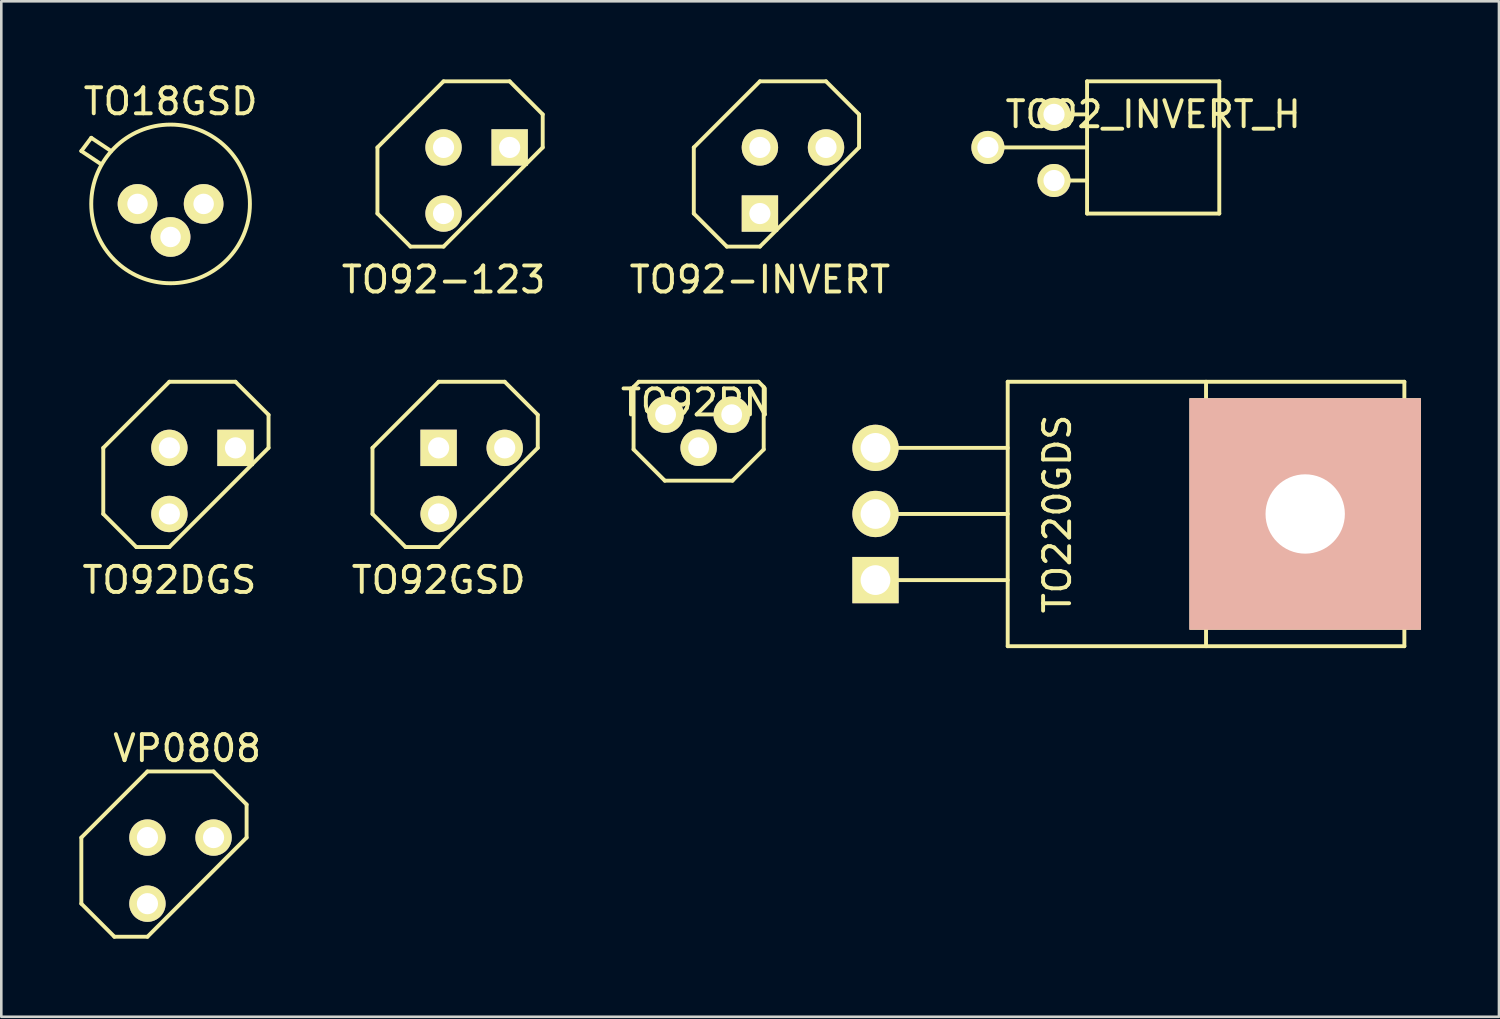
<source format=kicad_pcb>
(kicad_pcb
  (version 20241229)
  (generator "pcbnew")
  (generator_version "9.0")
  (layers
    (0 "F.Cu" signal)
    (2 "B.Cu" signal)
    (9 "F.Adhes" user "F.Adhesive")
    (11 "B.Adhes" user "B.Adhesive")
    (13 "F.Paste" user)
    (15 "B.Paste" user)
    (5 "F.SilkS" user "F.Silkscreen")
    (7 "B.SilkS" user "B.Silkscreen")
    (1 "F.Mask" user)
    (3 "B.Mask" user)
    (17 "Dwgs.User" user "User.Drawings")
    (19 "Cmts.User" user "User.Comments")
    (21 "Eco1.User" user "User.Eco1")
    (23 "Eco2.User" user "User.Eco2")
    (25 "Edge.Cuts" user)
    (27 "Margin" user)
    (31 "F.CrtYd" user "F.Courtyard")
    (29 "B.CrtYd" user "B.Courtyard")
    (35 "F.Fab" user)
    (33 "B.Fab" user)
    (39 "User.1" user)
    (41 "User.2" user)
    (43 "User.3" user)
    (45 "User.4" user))
  (footprint "VP0808"
    (layer "F.Cu")
    (at 3.885 30.401)
    (property "Reference" "VP0808" (at 0.254 -4.699 0) (layer "F.SilkS") (effects (font (size 1 1) (thickness 0.15))))
    (attr through_hole)
    (fp_line (start -3.81 -1.27) (end -3.81 1.27) (stroke (width 0.15) (type solid)) (layer "F.SilkS"))
    (fp_line (start -3.81 1.27) (end -2.54 2.54) (stroke (width 0.15) (type solid)) (layer "F.SilkS"))
    (fp_line (start -2.54 2.54) (end -1.27 2.54) (stroke (width 0.15) (type solid)) (layer "F.SilkS"))
    (fp_line (start -1.27 -3.81) (end -3.81 -1.27) (stroke (width 0.15) (type solid)) (layer "F.SilkS"))
    (fp_line (start -1.27 2.54) (end 2.54 -1.27) (stroke (width 0.15) (type solid)) (layer "F.SilkS"))
    (fp_line (start 1.27 -3.81) (end -1.27 -3.81) (stroke (width 0.15) (type solid)) (layer "F.SilkS"))
    (fp_line (start 2.54 -2.54) (end 1.27 -3.81) (stroke (width 0.15) (type solid)) (layer "F.SilkS"))
    (fp_line (start 2.54 -1.27) (end 2.54 -2.54) (stroke (width 0.15) (type solid)) (layer "F.SilkS"))
    (pad "D" thru_hole circle (at -1.27 1.27) (size 1.397 1.397) (drill 0.813) (layers "*.Cu" "*.Mask" "F.SilkS"))
    (pad "G" thru_hole circle (at 1.27 -1.27) (size 1.397 1.397) (drill 0.813) (layers "*.Cu" "*.Mask" "F.SilkS"))
    (pad "S" thru_hole circle (at -1.27 -1.27) (size 1.397 1.397) (drill 0.813) (layers "*.Cu" "*.Mask" "F.SilkS")))
  (footprint "TO92DGS"
    (layer "F.Cu")
    (at 4.728 15.428)
    (property "Reference" "TO92DGS" (at -1.27 3.81 0) (layer "F.SilkS") (effects (font (size 1 1) (thickness 0.15))))
    (attr through_hole)
    (fp_line (start -3.81 -1.27) (end -3.81 1.27) (stroke (width 0.15) (type solid)) (layer "F.SilkS"))
    (fp_line (start -3.81 1.27) (end -2.54 2.54) (stroke (width 0.15) (type solid)) (layer "F.SilkS"))
    (fp_line (start -2.54 2.54) (end -1.27 2.54) (stroke (width 0.15) (type solid)) (layer "F.SilkS"))
    (fp_line (start -1.27 -3.81) (end -3.81 -1.27) (stroke (width 0.15) (type solid)) (layer "F.SilkS"))
    (fp_line (start -1.27 2.54) (end 2.54 -1.27) (stroke (width 0.15) (type solid)) (layer "F.SilkS"))
    (fp_line (start 1.27 -3.81) (end -1.27 -3.81) (stroke (width 0.15) (type solid)) (layer "F.SilkS"))
    (fp_line (start 2.54 -2.54) (end 1.27 -3.81) (stroke (width 0.15) (type solid)) (layer "F.SilkS"))
    (fp_line (start 2.54 -1.27) (end 2.54 -2.54) (stroke (width 0.15) (type solid)) (layer "F.SilkS"))
    (pad "D" thru_hole rect (at 1.27 -1.27) (size 1.397 1.397) (drill 0.813) (layers "*.Cu" "*.Mask" "F.SilkS"))
    (pad "G" thru_hole circle (at -1.27 -1.27) (size 1.397 1.397) (drill 0.813) (layers "*.Cu" "*.Mask" "F.SilkS"))
    (pad "S" thru_hole circle (at -1.27 1.27) (size 1.397 1.397) (drill 0.813) (layers "*.Cu" "*.Mask" "F.SilkS")))
  (footprint "TO92-INVERT"
    (layer "F.Cu")
    (at 27.417 3.885)
    (property "Reference" "TO92-INVERT" (at -1.27 3.81 0) (layer "F.SilkS") (effects (font (size 1 1) (thickness 0.15))))
    (attr through_hole)
    (fp_line (start -3.81 -1.27) (end -3.81 1.27) (stroke (width 0.15) (type solid)) (layer "F.SilkS"))
    (fp_line (start -3.81 1.27) (end -2.54 2.54) (stroke (width 0.15) (type solid)) (layer "F.SilkS"))
    (fp_line (start -2.54 2.54) (end -1.27 2.54) (stroke (width 0.15) (type solid)) (layer "F.SilkS"))
    (fp_line (start -1.27 -3.81) (end -3.81 -1.27) (stroke (width 0.15) (type solid)) (layer "F.SilkS"))
    (fp_line (start -1.27 2.54) (end 2.54 -1.27) (stroke (width 0.15) (type solid)) (layer "F.SilkS"))
    (fp_line (start 1.27 -3.81) (end -1.27 -3.81) (stroke (width 0.15) (type solid)) (layer "F.SilkS"))
    (fp_line (start 2.54 -2.54) (end 1.27 -3.81) (stroke (width 0.15) (type solid)) (layer "F.SilkS"))
    (fp_line (start 2.54 -1.27) (end 2.54 -2.54) (stroke (width 0.15) (type solid)) (layer "F.SilkS"))
    (pad "1" thru_hole rect (at -1.27 1.27) (size 1.397 1.397) (drill 0.813) (layers "*.Cu" "*.Mask" "F.SilkS"))
    (pad "2" thru_hole circle (at -1.27 -1.27) (size 1.397 1.397) (drill 0.813) (layers "*.Cu" "*.Mask" "F.SilkS"))
    (pad "3" thru_hole circle (at 1.27 -1.27) (size 1.397 1.397) (drill 0.813) (layers "*.Cu" "*.Mask" "F.SilkS")))
  (footprint "TO92_INVERT_H"
    (layer "F.Cu")
    (at 36.177 2.615)
    (property "Reference" "TO92_INVERT_H" (at 5.08 -1.27 0) (layer "F.SilkS") (effects (font (size 1 1) (thickness 0.15))))
    (attr through_hole)
    (fp_line (start -1.27 0) (end 2.54 0) (stroke (width 0.15) (type solid)) (layer "F.SilkS"))
    (fp_line (start 1.27 -1.27) (end 2.54 -1.27) (stroke (width 0.15) (type solid)) (layer "F.SilkS"))
    (fp_line (start 1.27 1.27) (end 2.54 1.27) (stroke (width 0.15) (type solid)) (layer "F.SilkS"))
    (fp_line (start 2.54 -2.54) (end 7.62 -2.54) (stroke (width 0.15) (type solid)) (layer "F.SilkS"))
    (fp_line (start 2.54 2.54) (end 2.54 -2.54) (stroke (width 0.15) (type solid)) (layer "F.SilkS"))
    (fp_line (start 7.62 -2.54) (end 7.62 2.54) (stroke (width 0.15) (type solid)) (layer "F.SilkS"))
    (fp_line (start 7.62 2.54) (end 2.54 2.54) (stroke (width 0.15) (type solid)) (layer "F.SilkS"))
    (pad "1" thru_hole circle (at 1.27 -1.27) (size 1.27 1.27) (drill 0.813) (layers "*.Cu" "*.Mask" "F.SilkS"))
    (pad "2" thru_hole circle (at -1.27 0) (size 1.27 1.27) (drill 0.813) (layers "*.Cu" "*.Mask" "F.SilkS"))
    (pad "3" thru_hole circle (at 1.27 1.27) (size 1.27 1.27) (drill 0.813) (layers "*.Cu" "*.Mask" "F.SilkS")))
  (footprint "TO92-123"
    (layer "F.Cu")
    (at 15.262 3.885)
    (property "Reference" "TO92-123" (at -1.27 3.81 0) (layer "F.SilkS") (effects (font (size 1 1) (thickness 0.15))))
    (attr through_hole)
    (fp_line (start -3.81 -1.27) (end -3.81 1.27) (stroke (width 0.15) (type solid)) (layer "F.SilkS"))
    (fp_line (start -3.81 1.27) (end -2.54 2.54) (stroke (width 0.15) (type solid)) (layer "F.SilkS"))
    (fp_line (start -2.54 2.54) (end -1.27 2.54) (stroke (width 0.15) (type solid)) (layer "F.SilkS"))
    (fp_line (start -1.27 -3.81) (end -3.81 -1.27) (stroke (width 0.15) (type solid)) (layer "F.SilkS"))
    (fp_line (start -1.27 2.54) (end 2.54 -1.27) (stroke (width 0.15) (type solid)) (layer "F.SilkS"))
    (fp_line (start 1.27 -3.81) (end -1.27 -3.81) (stroke (width 0.15) (type solid)) (layer "F.SilkS"))
    (fp_line (start 2.54 -2.54) (end 1.27 -3.81) (stroke (width 0.15) (type solid)) (layer "F.SilkS"))
    (fp_line (start 2.54 -1.27) (end 2.54 -2.54) (stroke (width 0.15) (type solid)) (layer "F.SilkS"))
    (pad "1" thru_hole circle (at -1.27 1.27) (size 1.397 1.397) (drill 0.813) (layers "*.Cu" "*.Mask" "F.SilkS"))
    (pad "2" thru_hole circle (at -1.27 -1.27) (size 1.397 1.397) (drill 0.813) (layers "*.Cu" "*.Mask" "F.SilkS"))
    (pad "3" thru_hole rect (at 1.27 -1.27) (size 1.397 1.397) (drill 0.813) (layers "*.Cu" "*.Mask" "F.SilkS")))
  (footprint "TO92PN"
    (layer "F.Cu")
    (at 23.793 13.518)
    (property "Reference" "TO92PN" (at -0.1 -1.1 0) (layer "F.SilkS") (effects (font (size 1 1) (thickness 0.15))))
    (attr through_hole)
    (fp_line (start -2.5 -1.7) (end -2.3 -1.9) (stroke (width 0.15) (type solid)) (layer "F.SilkS"))
    (fp_line (start -2.5 0.7) (end -2.5 -1.7) (stroke (width 0.15) (type solid)) (layer "F.SilkS"))
    (fp_line (start -2.3 -1.9) (end 2.3 -1.9) (stroke (width 0.15) (type solid)) (layer "F.SilkS"))
    (fp_line (start -1.3 1.9) (end -2.5 0.7) (stroke (width 0.15) (type solid)) (layer "F.SilkS"))
    (fp_line (start 1.3 1.9) (end -1.3 1.9) (stroke (width 0.15) (type solid)) (layer "F.SilkS"))
    (fp_line (start 2.3 -1.9) (end 2.5 -1.7) (stroke (width 0.15) (type solid)) (layer "F.SilkS"))
    (fp_line (start 2.5 -1.7) (end 2.5 0.7) (stroke (width 0.15) (type solid)) (layer "F.SilkS"))
    (fp_line (start 2.5 0.7) (end 1.3 1.9) (stroke (width 0.15) (type solid)) (layer "F.SilkS"))
    (pad "1" thru_hole circle (at 1.27 -0.635) (size 1.4 1.4) (drill 0.8) (layers "*.Cu" "*.Mask" "F.SilkS"))
    (pad "2" thru_hole circle (at 0 0.635) (size 1.4 1.4) (drill 0.8) (layers "*.Cu" "*.Mask" "F.SilkS"))
    (pad "3" thru_hole circle (at -1.27 -0.635) (size 1.4 1.4) (drill 0.8) (layers "*.Cu" "*.Mask" "F.SilkS")))
  (footprint "TO18GSD"
    (layer "F.Cu")
    (at 3.504 4.785)
    (property "Reference" "TO18GSD" (at 0 -3.937 0) (layer "F.SilkS") (effects (font (size 1 1) (thickness 0.15))))
    (attr through_hole)
    (fp_line (start -3.429 -2.032) (end -3.048 -2.54) (stroke (width 0.15) (type solid)) (layer "F.SilkS"))
    (fp_line (start -3.048 -2.54) (end -2.286 -2.032) (stroke (width 0.15) (type solid)) (layer "F.SilkS"))
    (fp_line (start -2.667 -1.524) (end -3.429 -2.032) (stroke (width 0.15) (type solid)) (layer "F.SilkS"))
    (fp_circle (center 0 0) (end -3.048 0) (stroke (width 0.15) (type solid)) (fill no) (layer "F.SilkS"))
    (pad "D" thru_hole circle (at 0 1.27) (size 1.524 1.524) (drill 0.787) (layers "*.Cu" "*.Mask" "F.SilkS"))
    (pad "G" thru_hole circle (at 1.27 0) (size 1.524 1.524) (drill 0.787) (layers "*.Cu" "*.Mask" "F.SilkS"))
    (pad "S" thru_hole circle (at -1.27 0) (size 1.524 1.524) (drill 0.787) (layers "*.Cu" "*.Mask" "F.SilkS")))
  (footprint "TO220GDS"
    (layer "F.Cu")
    (at 30.588 16.698)
    (property "Reference" "TO220GDS" (at 6.985 0 90) (layer "F.SilkS") (effects (font (size 1 1) (thickness 0.15))))
    (attr through_hole)
    (fp_line (start 0 -2.54) (end 5.08 -2.54) (stroke (width 0.15) (type solid)) (layer "F.SilkS"))
    (fp_line (start 0 0) (end 5.08 0) (stroke (width 0.15) (type solid)) (layer "F.SilkS"))
    (fp_line (start 0 2.54) (end 5.08 2.54) (stroke (width 0.15) (type solid)) (layer "F.SilkS"))
    (fp_line (start 5.08 -5.08) (end 20.32 -5.08) (stroke (width 0.15) (type solid)) (layer "F.SilkS"))
    (fp_line (start 5.08 5.08) (end 5.08 -5.08) (stroke (width 0.15) (type solid)) (layer "F.SilkS"))
    (fp_line (start 12.7 5.08) (end 12.7 -5.08) (stroke (width 0.15) (type solid)) (layer "F.SilkS"))
    (fp_line (start 20.32 -5.08) (end 20.32 5.08) (stroke (width 0.15) (type solid)) (layer "F.SilkS"))
    (fp_line (start 20.32 5.08) (end 5.08 5.08) (stroke (width 0.15) (type solid)) (layer "F.SilkS"))
    (pad "4" thru_hole rect (at 16.51 0) (size 8.89 8.89) (drill 3.048) (layers "*.Cu" "*.SilkS" "*.Mask"))
    (pad "D" thru_hole circle (at 0 0) (size 1.778 1.778) (drill 1.143) (layers "*.Cu" "*.Mask" "F.SilkS"))
    (pad "G" thru_hole circle (at 0 -2.54) (size 1.778 1.778) (drill 1.143) (layers "*.Cu" "*.Mask" "F.SilkS"))
    (pad "S" thru_hole rect (at 0 2.54) (size 1.778 1.778) (drill 1.143) (layers "*.Cu" "*.Mask" "F.SilkS")))
  (footprint "TO92GSD"
    (layer "F.Cu")
    (at 15.072 15.428)
    (property "Reference" "TO92GSD" (at -1.27 3.81 0) (layer "F.SilkS") (effects (font (size 1 1) (thickness 0.15))))
    (attr through_hole)
    (fp_line (start -3.81 -1.27) (end -3.81 1.27) (stroke (width 0.15) (type solid)) (layer "F.SilkS"))
    (fp_line (start -3.81 1.27) (end -2.54 2.54) (stroke (width 0.15) (type solid)) (layer "F.SilkS"))
    (fp_line (start -2.54 2.54) (end -1.27 2.54) (stroke (width 0.15) (type solid)) (layer "F.SilkS"))
    (fp_line (start -1.27 -3.81) (end -3.81 -1.27) (stroke (width 0.15) (type solid)) (layer "F.SilkS"))
    (fp_line (start -1.27 2.54) (end 2.54 -1.27) (stroke (width 0.15) (type solid)) (layer "F.SilkS"))
    (fp_line (start 1.27 -3.81) (end -1.27 -3.81) (stroke (width 0.15) (type solid)) (layer "F.SilkS"))
    (fp_line (start 2.54 -2.54) (end 1.27 -3.81) (stroke (width 0.15) (type solid)) (layer "F.SilkS"))
    (fp_line (start 2.54 -1.27) (end 2.54 -2.54) (stroke (width 0.15) (type solid)) (layer "F.SilkS"))
    (pad "D" thru_hole circle (at -1.27 1.27) (size 1.397 1.397) (drill 0.813) (layers "*.Cu" "*.Mask" "F.SilkS"))
    (pad "G" thru_hole circle (at 1.27 -1.27) (size 1.397 1.397) (drill 0.813) (layers "*.Cu" "*.Mask" "F.SilkS"))
    (pad "S" thru_hole rect (at -1.27 -1.27) (size 1.397 1.397) (drill 0.813) (layers "*.Cu" "*.Mask" "F.SilkS")))
  (gr_rect
    (start -3 -3)
    (end 54.543 36.016)
    (stroke (width 0.1) (type default))
    (fill no)
    (layer "Edge.Cuts")))
</source>
